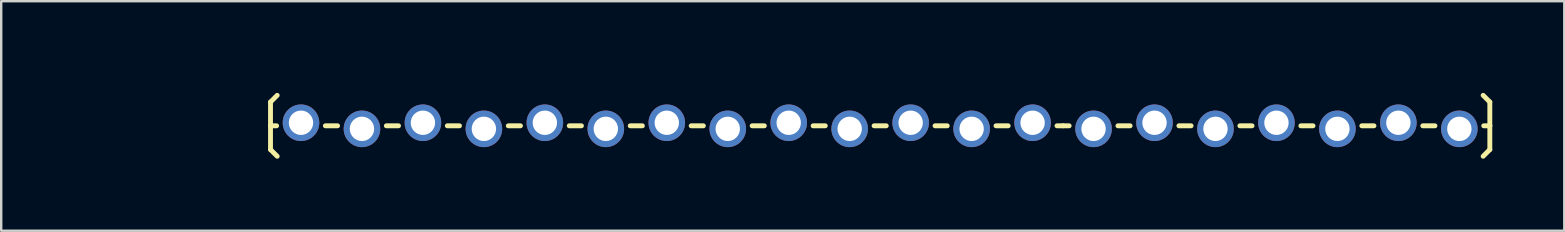
<source format=kicad_pcb>
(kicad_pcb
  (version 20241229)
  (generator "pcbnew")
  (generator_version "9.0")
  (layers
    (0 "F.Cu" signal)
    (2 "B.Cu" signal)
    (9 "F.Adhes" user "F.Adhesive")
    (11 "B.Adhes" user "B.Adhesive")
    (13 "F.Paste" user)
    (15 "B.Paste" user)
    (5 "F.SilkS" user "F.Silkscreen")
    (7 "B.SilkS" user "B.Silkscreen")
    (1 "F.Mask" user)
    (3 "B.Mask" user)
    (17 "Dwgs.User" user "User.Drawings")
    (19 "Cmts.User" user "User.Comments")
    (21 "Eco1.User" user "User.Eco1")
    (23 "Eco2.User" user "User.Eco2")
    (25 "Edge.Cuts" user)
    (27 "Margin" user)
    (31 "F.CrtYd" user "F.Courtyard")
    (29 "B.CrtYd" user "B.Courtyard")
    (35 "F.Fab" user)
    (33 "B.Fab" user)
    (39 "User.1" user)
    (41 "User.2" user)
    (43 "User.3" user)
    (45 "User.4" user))
  (footprint "1X20_LOCK_LONGPADS"
    (layer "F.Cu")
    (at 9.49 2.191)
    (property "Reference" "1X20_LOCK_LONGPADS" (at 1.27 -1.27 0) (layer "Eco1.User") (effects (font (size 1.27 1.27) (thickness 0.102))))
    (attr through_hole)
    (fp_line (start -1.27 -0.991) (end -0.991 -1.27) (stroke (width 0.203) (type solid)) (layer "F.SilkS"))
    (fp_line (start -1.27 0) (end -1.27 -0.991) (stroke (width 0.203) (type solid)) (layer "F.SilkS"))
    (fp_line (start -1.27 0) (end -1.27 0.991) (stroke (width 0.203) (type solid)) (layer "F.SilkS"))
    (fp_line (start -1.27 0) (end -1.016 0) (stroke (width 0.203) (type solid)) (layer "F.SilkS"))
    (fp_line (start -1.27 0.991) (end -0.991 1.27) (stroke (width 0.203) (type solid)) (layer "F.SilkS"))
    (fp_line (start 1.524 0) (end 1.016 0) (stroke (width 0.203) (type solid)) (layer "F.SilkS"))
    (fp_line (start 4.064 0) (end 3.556 0) (stroke (width 0.203) (type solid)) (layer "F.SilkS"))
    (fp_line (start 6.604 0) (end 6.096 0) (stroke (width 0.203) (type solid)) (layer "F.SilkS"))
    (fp_line (start 9.144 0) (end 8.636 0) (stroke (width 0.203) (type solid)) (layer "F.SilkS"))
    (fp_line (start 11.684 0) (end 11.176 0) (stroke (width 0.203) (type solid)) (layer "F.SilkS"))
    (fp_line (start 14.224 0) (end 13.716 0) (stroke (width 0.203) (type solid)) (layer "F.SilkS"))
    (fp_line (start 16.764 0) (end 16.256 0) (stroke (width 0.203) (type solid)) (layer "F.SilkS"))
    (fp_line (start 19.304 0) (end 18.796 0) (stroke (width 0.203) (type solid)) (layer "F.SilkS"))
    (fp_line (start 21.844 0) (end 21.336 0) (stroke (width 0.203) (type solid)) (layer "F.SilkS"))
    (fp_line (start 24.384 0) (end 23.876 0) (stroke (width 0.203) (type solid)) (layer "F.SilkS"))
    (fp_line (start 26.924 0) (end 26.416 0) (stroke (width 0.203) (type solid)) (layer "F.SilkS"))
    (fp_line (start 29.464 0) (end 28.956 0) (stroke (width 0.203) (type solid)) (layer "F.SilkS"))
    (fp_line (start 31.75 0) (end 31.496 0) (stroke (width 0.203) (type solid)) (layer "F.SilkS"))
    (fp_line (start 32.004 0) (end 31.75 0) (stroke (width 0.203) (type solid)) (layer "F.SilkS"))
    (fp_line (start 34.544 0) (end 34.036 0) (stroke (width 0.203) (type solid)) (layer "F.SilkS"))
    (fp_line (start 37.084 0) (end 36.576 0) (stroke (width 0.203) (type solid)) (layer "F.SilkS"))
    (fp_line (start 39.624 0) (end 39.116 0) (stroke (width 0.203) (type solid)) (layer "F.SilkS"))
    (fp_line (start 42.164 0) (end 41.656 0) (stroke (width 0.203) (type solid)) (layer "F.SilkS"))
    (fp_line (start 44.704 0) (end 44.196 0) (stroke (width 0.203) (type solid)) (layer "F.SilkS"))
    (fp_line (start 47.244 0) (end 46.736 0) (stroke (width 0.203) (type solid)) (layer "F.SilkS"))
    (fp_line (start 49.53 -0.991) (end 49.251 -1.27) (stroke (width 0.203) (type solid)) (layer "F.SilkS"))
    (fp_line (start 49.53 0) (end 49.276 0) (stroke (width 0.203) (type solid)) (layer "F.SilkS"))
    (fp_line (start 49.53 0) (end 49.53 -0.991) (stroke (width 0.203) (type solid)) (layer "F.SilkS"))
    (fp_line (start 49.53 0) (end 49.53 0.991) (stroke (width 0.203) (type solid)) (layer "F.SilkS"))
    (fp_line (start 49.53 0.991) (end 49.251 1.27) (stroke (width 0.203) (type solid)) (layer "F.SilkS"))
    (pad "1" thru_hole oval (at 0 -0.127 90) (size 1.524 1.524) (drill 1.016) (layers "*.Cu" "*.Mask"))
    (pad "2" thru_hole oval (at 2.54 0.127 90) (size 1.524 1.524) (drill 1.016) (layers "*.Cu" "*.Mask"))
    (pad "3" thru_hole oval (at 5.08 -0.127 90) (size 1.524 1.524) (drill 1.016) (layers "*.Cu" "*.Mask"))
    (pad "4" thru_hole oval (at 7.62 0.127 90) (size 1.524 1.524) (drill 1.016) (layers "*.Cu" "*.Mask"))
    (pad "5" thru_hole oval (at 10.16 -0.127 90) (size 1.524 1.524) (drill 1.016) (layers "*.Cu" "*.Mask"))
    (pad "6" thru_hole oval (at 12.7 0.127 90) (size 1.524 1.524) (drill 1.016) (layers "*.Cu" "*.Mask"))
    (pad "7" thru_hole oval (at 15.24 -0.127 90) (size 1.524 1.524) (drill 1.016) (layers "*.Cu" "*.Mask"))
    (pad "8" thru_hole oval (at 17.78 0.127 90) (size 1.524 1.524) (drill 1.016) (layers "*.Cu" "*.Mask"))
    (pad "9" thru_hole oval (at 20.32 -0.127 90) (size 1.524 1.524) (drill 1.016) (layers "*.Cu" "*.Mask"))
    (pad "10" thru_hole oval (at 22.86 0.127 90) (size 1.524 1.524) (drill 1.016) (layers "*.Cu" "*.Mask"))
    (pad "11" thru_hole oval (at 25.4 -0.127 90) (size 1.524 1.524) (drill 1.016) (layers "*.Cu" "*.Mask"))
    (pad "12" thru_hole oval (at 27.94 0.127 90) (size 1.524 1.524) (drill 1.016) (layers "*.Cu" "*.Mask"))
    (pad "13" thru_hole oval (at 30.48 -0.127 90) (size 1.524 1.524) (drill 1.016) (layers "*.Cu" "*.Mask"))
    (pad "14" thru_hole oval (at 33.02 0.127 90) (size 1.524 1.524) (drill 1.016) (layers "*.Cu" "*.Mask"))
    (pad "15" thru_hole oval (at 35.56 -0.127 90) (size 1.524 1.524) (drill 1.016) (layers "*.Cu" "*.Mask"))
    (pad "16" thru_hole oval (at 38.1 0.127 90) (size 1.524 1.524) (drill 1.016) (layers "*.Cu" "*.Mask"))
    (pad "17" thru_hole oval (at 40.64 -0.127 90) (size 1.524 1.524) (drill 1.016) (layers "*.Cu" "*.Mask"))
    (pad "18" thru_hole oval (at 43.18 0.127 90) (size 1.524 1.524) (drill 1.016) (layers "*.Cu" "*.Mask"))
    (pad "19" thru_hole oval (at 45.72 -0.127 90) (size 1.524 1.524) (drill 1.016) (layers "*.Cu" "*.Mask"))
    (pad "20" thru_hole oval (at 48.26 0.127 90) (size 1.524 1.524) (drill 1.016) (layers "*.Cu" "*.Mask")))
  (gr_rect
    (start -3 -3)
    (end 62.122 6.563)
    (stroke (width 0.1) (type default))
    (fill no)
    (layer "Edge.Cuts")))
</source>
